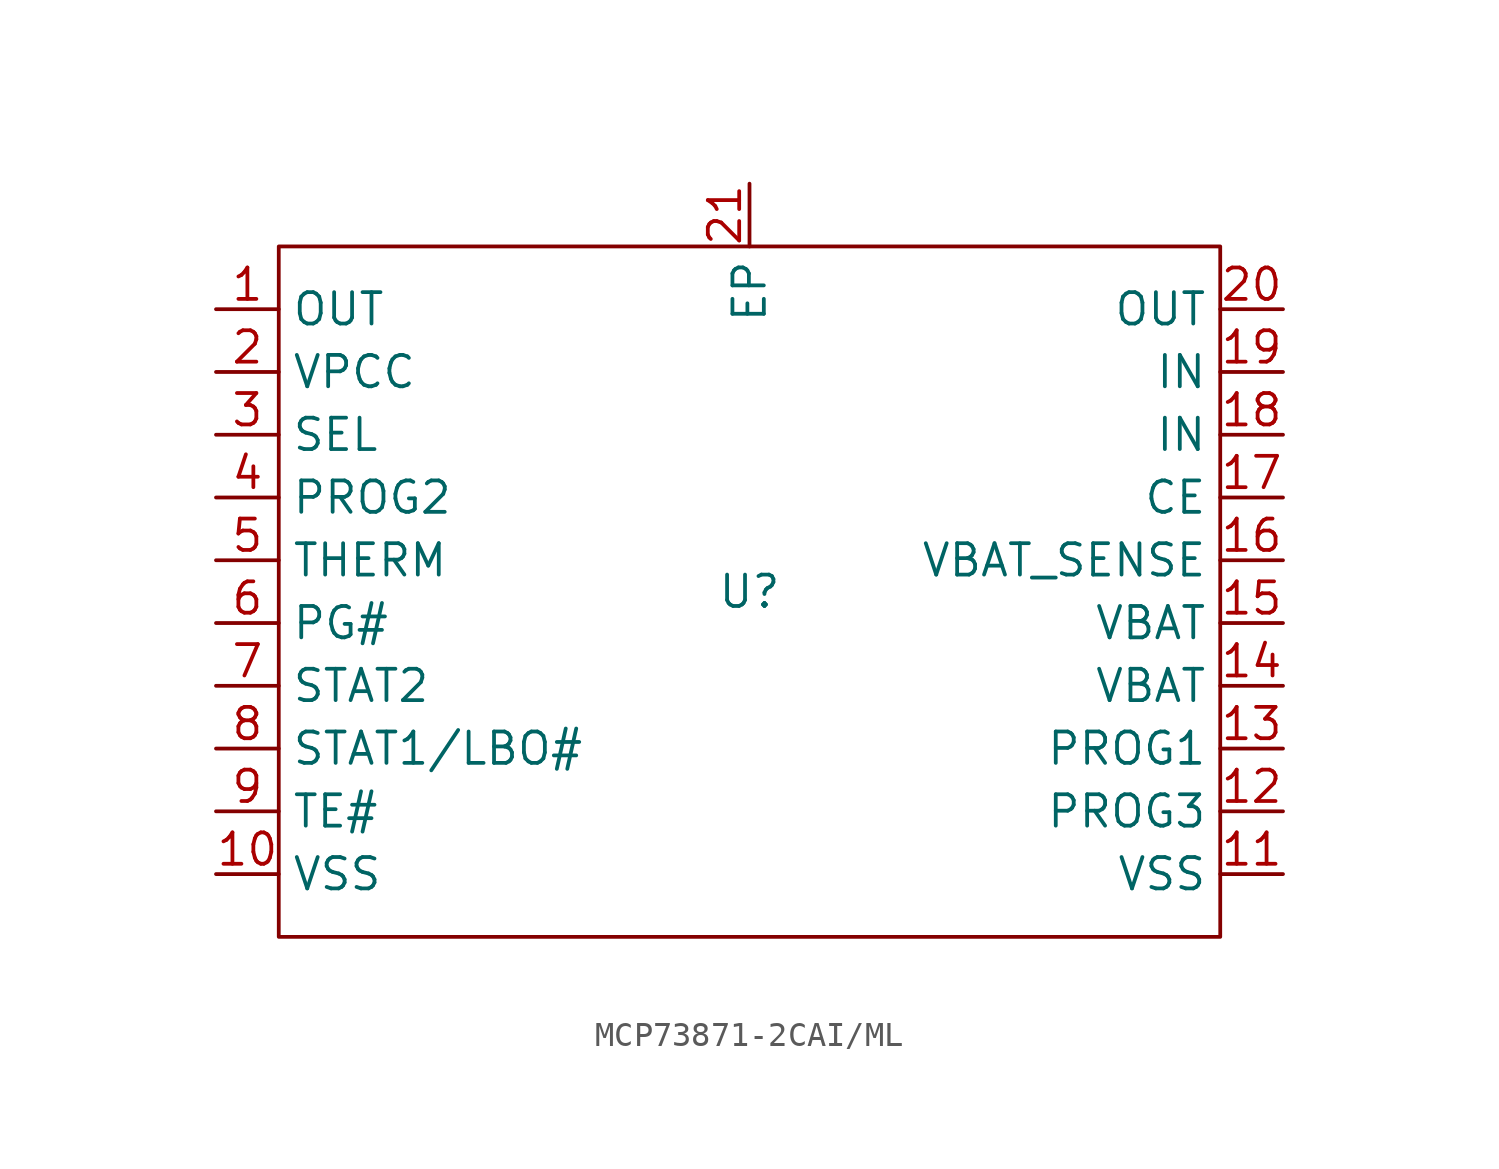
<source format=kicad_sym>
(kicad_symbol_lib
  (version 20241209)
  (generator "kicad_symbol_editor")
  (generator_version "9.0")
  (symbol "MCP73871-2CAI/ML"
    (property "Reference" "U"
      (at 0 0 0)
      (effects (font (size 1.27 1.27))))
    (property "Value" ""
      (at 0 0 0)
      (effects (font (size 1.27 1.27))))
    (symbol "MCP73871-2CAI/ML_1_0"
      (rectangle (start -19.05 13.97) (end 19.05 -13.97) (stroke (width 0) (type default)) (fill (type none)))
      (pin unspecified line (at -21.59 11.43 0) (length 2.54) (name "OUT" (effects (font (size 1.27 1.27)))) (number "1" (effects (font (size 1.27 1.27)))))
      (pin unspecified line (at -21.59 8.89 0) (length 2.54) (name "VPCC" (effects (font (size 1.27 1.27)))) (number "2" (effects (font (size 1.27 1.27)))))
      (pin unspecified line (at -21.59 6.35 0) (length 2.54) (name "SEL" (effects (font (size 1.27 1.27)))) (number "3" (effects (font (size 1.27 1.27)))))
      (pin unspecified line (at -21.59 3.81 0) (length 2.54) (name "PROG2" (effects (font (size 1.27 1.27)))) (number "4" (effects (font (size 1.27 1.27)))))
      (pin unspecified line (at -21.59 1.27 0) (length 2.54) (name "THERM" (effects (font (size 1.27 1.27)))) (number "5" (effects (font (size 1.27 1.27)))))
      (pin unspecified line (at -21.59 -1.27 0) (length 2.54) (name "PG#" (effects (font (size 1.27 1.27)))) (number "6" (effects (font (size 1.27 1.27)))))
      (pin unspecified line (at -21.59 -3.81 0) (length 2.54) (name "STAT2" (effects (font (size 1.27 1.27)))) (number "7" (effects (font (size 1.27 1.27)))))
      (pin unspecified line (at -21.59 -6.35 0) (length 2.54) (name "STAT1/LBO#" (effects (font (size 1.27 1.27)))) (number "8" (effects (font (size 1.27 1.27)))))
      (pin unspecified line (at -21.59 -8.89 0) (length 2.54) (name "TE#" (effects (font (size 1.27 1.27)))) (number "9" (effects (font (size 1.27 1.27)))))
      (pin unspecified line (at -21.59 -11.43 0) (length 2.54) (name "VSS" (effects (font (size 1.27 1.27)))) (number "10" (effects (font (size 1.27 1.27)))))
      (pin unspecified line (at 0 16.51 270) (length 2.54) (name "EP" (effects (font (size 1.27 1.27)))) (number "21" (effects (font (size 1.27 1.27)))))
      (pin unspecified line (at 21.59 11.43 180) (length 2.54) (name "OUT" (effects (font (size 1.27 1.27)))) (number "20" (effects (font (size 1.27 1.27)))))
      (pin unspecified line (at 21.59 8.89 180) (length 2.54) (name "IN" (effects (font (size 1.27 1.27)))) (number "19" (effects (font (size 1.27 1.27)))))
      (pin unspecified line (at 21.59 6.35 180) (length 2.54) (name "IN" (effects (font (size 1.27 1.27)))) (number "18" (effects (font (size 1.27 1.27)))))
      (pin unspecified line (at 21.59 3.81 180) (length 2.54) (name "CE" (effects (font (size 1.27 1.27)))) (number "17" (effects (font (size 1.27 1.27)))))
      (pin unspecified line (at 21.59 1.27 180) (length 2.54) (name "VBAT_SENSE" (effects (font (size 1.27 1.27)))) (number "16" (effects (font (size 1.27 1.27)))))
      (pin unspecified line (at 21.59 -1.27 180) (length 2.54) (name "VBAT" (effects (font (size 1.27 1.27)))) (number "15" (effects (font (size 1.27 1.27)))))
      (pin unspecified line (at 21.59 -3.81 180) (length 2.54) (name "VBAT" (effects (font (size 1.27 1.27)))) (number "14" (effects (font (size 1.27 1.27)))))
      (pin unspecified line (at 21.59 -6.35 180) (length 2.54) (name "PROG1" (effects (font (size 1.27 1.27)))) (number "13" (effects (font (size 1.27 1.27)))))
      (pin unspecified line (at 21.59 -8.89 180) (length 2.54) (name "PROG3" (effects (font (size 1.27 1.27)))) (number "12" (effects (font (size 1.27 1.27)))))
      (pin unspecified line (at 21.59 -11.43 180) (length 2.54) (name "VSS" (effects (font (size 1.27 1.27)))) (number "11" (effects (font (size 1.27 1.27))))))))
</source>
